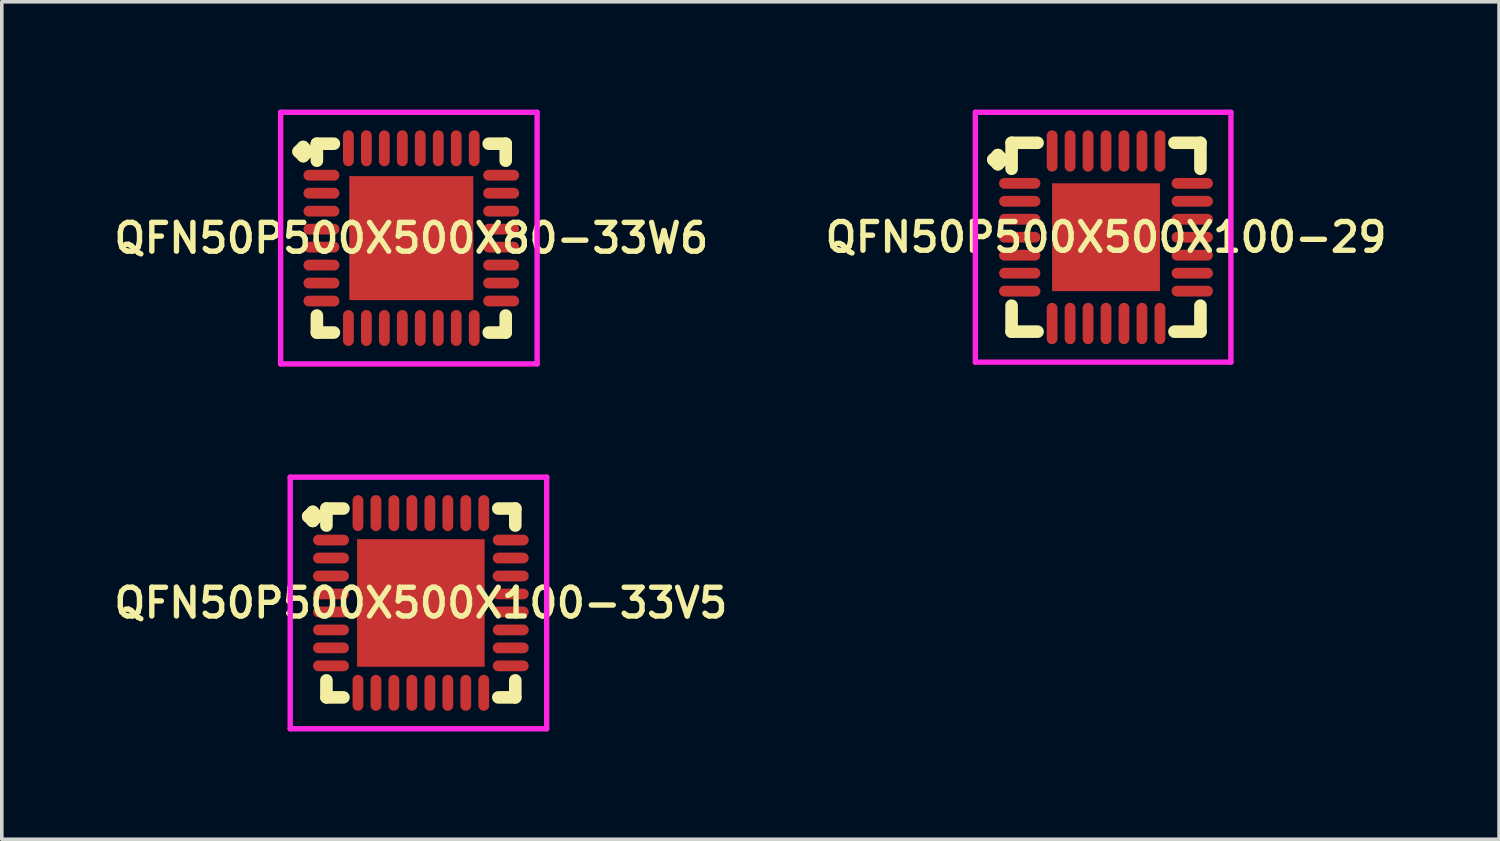
<source format=kicad_pcb>
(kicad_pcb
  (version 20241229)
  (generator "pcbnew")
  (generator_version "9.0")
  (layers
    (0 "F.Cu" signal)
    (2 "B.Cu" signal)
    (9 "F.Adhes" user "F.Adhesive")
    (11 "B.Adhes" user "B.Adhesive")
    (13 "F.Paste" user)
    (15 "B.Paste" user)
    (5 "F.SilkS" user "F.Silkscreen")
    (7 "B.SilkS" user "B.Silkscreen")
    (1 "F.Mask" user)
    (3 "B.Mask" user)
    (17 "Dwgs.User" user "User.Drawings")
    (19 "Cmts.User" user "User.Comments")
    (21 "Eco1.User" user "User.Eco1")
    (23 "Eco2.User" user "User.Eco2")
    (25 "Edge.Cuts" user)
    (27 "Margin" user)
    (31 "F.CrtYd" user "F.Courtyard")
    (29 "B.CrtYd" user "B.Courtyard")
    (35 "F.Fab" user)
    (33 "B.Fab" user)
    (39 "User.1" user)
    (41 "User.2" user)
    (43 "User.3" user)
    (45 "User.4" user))
  (footprint "QFN50P500X500X100-29"
    (layer "F.Cu")
    (at 27.721 3.55)
    (property "Reference" "QFN50P500X500X100-29" (at 0 0 0) (layer "F.SilkS") (effects (font (size 0.8 0.8) (thickness 0.15))))
    (attr smd)
    (fp_line (start -3.135 -2.158) (end -3.008 -2.285) (stroke (width 0.35) (type solid)) (layer "F.SilkS"))
    (fp_line (start -3.008 -2.285) (end -2.881 -2.158) (stroke (width 0.35) (type solid)) (layer "F.SilkS"))
    (fp_line (start -3.008 -2.031) (end -3.135 -2.158) (stroke (width 0.35) (type solid)) (layer "F.SilkS"))
    (fp_line (start -2.881 -2.158) (end -3.008 -2.031) (stroke (width 0.35) (type solid)) (layer "F.SilkS"))
    (fp_line (start -2.627 -2.627) (end -1.904 -2.627) (stroke (width 0.35) (type solid)) (layer "F.SilkS"))
    (fp_line (start -2.627 -1.904) (end -2.627 -2.627) (stroke (width 0.35) (type solid)) (layer "F.SilkS"))
    (fp_line (start -2.627 1.904) (end -2.627 2.627) (stroke (width 0.35) (type solid)) (layer "F.SilkS"))
    (fp_line (start -2.627 2.627) (end -1.904 2.627) (stroke (width 0.35) (type solid)) (layer "F.SilkS"))
    (fp_line (start 1.904 -2.627) (end 2.627 -2.627) (stroke (width 0.35) (type solid)) (layer "F.SilkS"))
    (fp_line (start 1.904 2.627) (end 2.627 2.627) (stroke (width 0.35) (type solid)) (layer "F.SilkS"))
    (fp_line (start 2.627 -2.627) (end 2.627 -1.904) (stroke (width 0.35) (type solid)) (layer "F.SilkS"))
    (fp_line (start 2.627 2.627) (end 2.627 1.904) (stroke (width 0.35) (type solid)) (layer "F.SilkS"))
    (fp_line (start -3.635 -3.475) (end 3.475 -3.475) (stroke (width 0.15) (type solid)) (layer "F.CrtYd"))
    (fp_line (start -3.635 3.475) (end -3.635 -3.475) (stroke (width 0.15) (type solid)) (layer "F.CrtYd"))
    (fp_line (start 3.475 -3.475) (end 3.475 3.475) (stroke (width 0.15) (type solid)) (layer "F.CrtYd"))
    (fp_line (start 3.475 3.475) (end -3.635 3.475) (stroke (width 0.15) (type solid)) (layer "F.CrtYd"))
    (pad "1" smd oval (at -2.4 -1.5) (size 1.15 0.3) (layers "F.Cu" "F.Mask" "F.Paste"))
    (pad "2" smd oval (at -2.4 -1) (size 1.15 0.3) (layers "F.Cu" "F.Mask" "F.Paste"))
    (pad "3" smd oval (at -2.4 -0.5) (size 1.15 0.3) (layers "F.Cu" "F.Mask" "F.Paste"))
    (pad "4" smd oval (at -2.4 0) (size 1.15 0.3) (layers "F.Cu" "F.Mask" "F.Paste"))
    (pad "5" smd oval (at -2.4 0.5) (size 1.15 0.3) (layers "F.Cu" "F.Mask" "F.Paste"))
    (pad "6" smd oval (at -2.4 1) (size 1.15 0.3) (layers "F.Cu" "F.Mask" "F.Paste"))
    (pad "7" smd oval (at -2.4 1.5) (size 1.15 0.3) (layers "F.Cu" "F.Mask" "F.Paste"))
    (pad "8" smd oval (at -1.5 2.4) (size 0.3 1.15) (layers "F.Cu" "F.Mask" "F.Paste"))
    (pad "9" smd oval (at -1 2.4) (size 0.3 1.15) (layers "F.Cu" "F.Mask" "F.Paste"))
    (pad "10" smd oval (at -0.5 2.4) (size 0.3 1.15) (layers "F.Cu" "F.Mask" "F.Paste"))
    (pad "11" smd oval (at 0 2.4) (size 0.3 1.15) (layers "F.Cu" "F.Mask" "F.Paste"))
    (pad "12" smd oval (at 0.5 2.4) (size 0.3 1.15) (layers "F.Cu" "F.Mask" "F.Paste"))
    (pad "13" smd oval (at 1 2.4) (size 0.3 1.15) (layers "F.Cu" "F.Mask" "F.Paste"))
    (pad "14" smd oval (at 1.5 2.4) (size 0.3 1.15) (layers "F.Cu" "F.Mask" "F.Paste"))
    (pad "15" smd oval (at 2.4 1.5) (size 1.15 0.3) (layers "F.Cu" "F.Mask" "F.Paste"))
    (pad "16" smd oval (at 2.4 1) (size 1.15 0.3) (layers "F.Cu" "F.Mask" "F.Paste"))
    (pad "17" smd oval (at 2.4 0.5) (size 1.15 0.3) (layers "F.Cu" "F.Mask" "F.Paste"))
    (pad "18" smd oval (at 2.4 0) (size 1.15 0.3) (layers "F.Cu" "F.Mask" "F.Paste"))
    (pad "19" smd oval (at 2.4 -0.5) (size 1.15 0.3) (layers "F.Cu" "F.Mask" "F.Paste"))
    (pad "20" smd oval (at 2.4 -1) (size 1.15 0.3) (layers "F.Cu" "F.Mask" "F.Paste"))
    (pad "21" smd oval (at 2.4 -1.5) (size 1.15 0.3) (layers "F.Cu" "F.Mask" "F.Paste"))
    (pad "22" smd oval (at 1.5 -2.4) (size 0.3 1.15) (layers "F.Cu" "F.Mask" "F.Paste"))
    (pad "23" smd oval (at 1 -2.4) (size 0.3 1.15) (layers "F.Cu" "F.Mask" "F.Paste"))
    (pad "24" smd oval (at 0.5 -2.4) (size 0.3 1.15) (layers "F.Cu" "F.Mask" "F.Paste"))
    (pad "25" smd oval (at 0 -2.4) (size 0.3 1.15) (layers "F.Cu" "F.Mask" "F.Paste"))
    (pad "26" smd oval (at -0.5 -2.4) (size 0.3 1.15) (layers "F.Cu" "F.Mask" "F.Paste"))
    (pad "27" smd oval (at -1 -2.4) (size 0.3 1.15) (layers "F.Cu" "F.Mask" "F.Paste"))
    (pad "28" smd oval (at -1.5 -2.4) (size 0.3 1.15) (layers "F.Cu" "F.Mask" "F.Paste"))
    (pad "29" smd rect (at 0 0) (size 3 3) (layers "F.Cu" "F.Mask" "F.Paste")))
  (footprint "QFN50P500X500X100-33V5"
    (layer "F.Cu")
    (at 8.659 13.725)
    (property "Reference" "QFN50P500X500X100-33V5" (at 0 0 0) (layer "F.SilkS") (effects (font (size 0.8 0.8) (thickness 0.15))))
    (attr smd)
    (fp_line (start -3.135 -2.408) (end -3.008 -2.535) (stroke (width 0.35) (type solid)) (layer "F.SilkS"))
    (fp_line (start -3.008 -2.535) (end -2.881 -2.408) (stroke (width 0.35) (type solid)) (layer "F.SilkS"))
    (fp_line (start -3.008 -2.281) (end -3.135 -2.408) (stroke (width 0.35) (type solid)) (layer "F.SilkS"))
    (fp_line (start -2.881 -2.408) (end -3.008 -2.281) (stroke (width 0.35) (type solid)) (layer "F.SilkS"))
    (fp_line (start -2.627 -2.627) (end -2.154 -2.627) (stroke (width 0.35) (type solid)) (layer "F.SilkS"))
    (fp_line (start -2.627 -2.154) (end -2.627 -2.627) (stroke (width 0.35) (type solid)) (layer "F.SilkS"))
    (fp_line (start -2.627 2.154) (end -2.627 2.627) (stroke (width 0.35) (type solid)) (layer "F.SilkS"))
    (fp_line (start -2.627 2.627) (end -2.154 2.627) (stroke (width 0.35) (type solid)) (layer "F.SilkS"))
    (fp_line (start 2.154 -2.627) (end 2.627 -2.627) (stroke (width 0.35) (type solid)) (layer "F.SilkS"))
    (fp_line (start 2.154 2.627) (end 2.627 2.627) (stroke (width 0.35) (type solid)) (layer "F.SilkS"))
    (fp_line (start 2.627 -2.627) (end 2.627 -2.154) (stroke (width 0.35) (type solid)) (layer "F.SilkS"))
    (fp_line (start 2.627 2.627) (end 2.627 2.154) (stroke (width 0.35) (type solid)) (layer "F.SilkS"))
    (fp_line (start -3.635 -3.5) (end 3.5 -3.5) (stroke (width 0.15) (type solid)) (layer "F.CrtYd"))
    (fp_line (start -3.635 3.5) (end -3.635 -3.5) (stroke (width 0.15) (type solid)) (layer "F.CrtYd"))
    (fp_line (start 3.5 -3.5) (end 3.5 3.5) (stroke (width 0.15) (type solid)) (layer "F.CrtYd"))
    (fp_line (start 3.5 3.5) (end -3.635 3.5) (stroke (width 0.15) (type solid)) (layer "F.CrtYd"))
    (pad "1" smd oval (at -2.5 -1.75) (size 1 0.3) (layers "F.Cu" "F.Mask" "F.Paste"))
    (pad "2" smd oval (at -2.5 -1.25) (size 1 0.3) (layers "F.Cu" "F.Mask" "F.Paste"))
    (pad "3" smd oval (at -2.5 -0.75) (size 1 0.3) (layers "F.Cu" "F.Mask" "F.Paste"))
    (pad "4" smd oval (at -2.5 -0.25) (size 1 0.3) (layers "F.Cu" "F.Mask" "F.Paste"))
    (pad "5" smd oval (at -2.5 0.25) (size 1 0.3) (layers "F.Cu" "F.Mask" "F.Paste"))
    (pad "6" smd oval (at -2.5 0.75) (size 1 0.3) (layers "F.Cu" "F.Mask" "F.Paste"))
    (pad "7" smd oval (at -2.5 1.25) (size 1 0.3) (layers "F.Cu" "F.Mask" "F.Paste"))
    (pad "8" smd oval (at -2.5 1.75) (size 1 0.3) (layers "F.Cu" "F.Mask" "F.Paste"))
    (pad "9" smd oval (at -1.75 2.5) (size 0.3 1) (layers "F.Cu" "F.Mask" "F.Paste"))
    (pad "10" smd oval (at -1.25 2.5) (size 0.3 1) (layers "F.Cu" "F.Mask" "F.Paste"))
    (pad "11" smd oval (at -0.75 2.5) (size 0.3 1) (layers "F.Cu" "F.Mask" "F.Paste"))
    (pad "12" smd oval (at -0.25 2.5) (size 0.3 1) (layers "F.Cu" "F.Mask" "F.Paste"))
    (pad "13" smd oval (at 0.25 2.5) (size 0.3 1) (layers "F.Cu" "F.Mask" "F.Paste"))
    (pad "14" smd oval (at 0.75 2.5) (size 0.3 1) (layers "F.Cu" "F.Mask" "F.Paste"))
    (pad "15" smd oval (at 1.25 2.5) (size 0.3 1) (layers "F.Cu" "F.Mask" "F.Paste"))
    (pad "16" smd oval (at 1.75 2.5) (size 0.3 1) (layers "F.Cu" "F.Mask" "F.Paste"))
    (pad "17" smd oval (at 2.5 1.75) (size 1 0.3) (layers "F.Cu" "F.Mask" "F.Paste"))
    (pad "18" smd oval (at 2.5 1.25) (size 1 0.3) (layers "F.Cu" "F.Mask" "F.Paste"))
    (pad "19" smd oval (at 2.5 0.75) (size 1 0.3) (layers "F.Cu" "F.Mask" "F.Paste"))
    (pad "20" smd oval (at 2.5 0.25) (size 1 0.3) (layers "F.Cu" "F.Mask" "F.Paste"))
    (pad "21" smd oval (at 2.5 -0.25) (size 1 0.3) (layers "F.Cu" "F.Mask" "F.Paste"))
    (pad "22" smd oval (at 2.5 -0.75) (size 1 0.3) (layers "F.Cu" "F.Mask" "F.Paste"))
    (pad "23" smd oval (at 2.5 -1.25) (size 1 0.3) (layers "F.Cu" "F.Mask" "F.Paste"))
    (pad "24" smd oval (at 2.5 -1.75) (size 1 0.3) (layers "F.Cu" "F.Mask" "F.Paste"))
    (pad "25" smd oval (at 1.75 -2.5) (size 0.3 1) (layers "F.Cu" "F.Mask" "F.Paste"))
    (pad "26" smd oval (at 1.25 -2.5) (size 0.3 1) (layers "F.Cu" "F.Mask" "F.Paste"))
    (pad "27" smd oval (at 0.75 -2.5) (size 0.3 1) (layers "F.Cu" "F.Mask" "F.Paste"))
    (pad "28" smd oval (at 0.25 -2.5) (size 0.3 1) (layers "F.Cu" "F.Mask" "F.Paste"))
    (pad "29" smd oval (at -0.25 -2.5) (size 0.3 1) (layers "F.Cu" "F.Mask" "F.Paste"))
    (pad "30" smd oval (at -0.75 -2.5) (size 0.3 1) (layers "F.Cu" "F.Mask" "F.Paste"))
    (pad "31" smd oval (at -1.25 -2.5) (size 0.3 1) (layers "F.Cu" "F.Mask" "F.Paste"))
    (pad "32" smd oval (at -1.75 -2.5) (size 0.3 1) (layers "F.Cu" "F.Mask" "F.Paste"))
    (pad "33" smd rect (at 0 0) (size 3.55 3.55) (layers "F.Cu" "F.Mask" "F.Paste")))
  (footprint "QFN50P500X500X80-33W6"
    (layer "F.Cu")
    (at 8.393 3.575)
    (property "Reference" "QFN50P500X500X80-33W6" (at 0 0 0) (layer "F.SilkS") (effects (font (size 0.8 0.8) (thickness 0.15))))
    (attr smd)
    (fp_line (start -3.135 -2.408) (end -3.008 -2.535) (stroke (width 0.35) (type solid)) (layer "F.SilkS"))
    (fp_line (start -3.008 -2.535) (end -2.881 -2.408) (stroke (width 0.35) (type solid)) (layer "F.SilkS"))
    (fp_line (start -3.008 -2.281) (end -3.135 -2.408) (stroke (width 0.35) (type solid)) (layer "F.SilkS"))
    (fp_line (start -2.881 -2.408) (end -3.008 -2.281) (stroke (width 0.35) (type solid)) (layer "F.SilkS"))
    (fp_line (start -2.627 -2.627) (end -2.154 -2.627) (stroke (width 0.35) (type solid)) (layer "F.SilkS"))
    (fp_line (start -2.627 -2.154) (end -2.627 -2.627) (stroke (width 0.35) (type solid)) (layer "F.SilkS"))
    (fp_line (start -2.627 2.154) (end -2.627 2.627) (stroke (width 0.35) (type solid)) (layer "F.SilkS"))
    (fp_line (start -2.627 2.627) (end -2.154 2.627) (stroke (width 0.35) (type solid)) (layer "F.SilkS"))
    (fp_line (start 2.154 -2.627) (end 2.627 -2.627) (stroke (width 0.35) (type solid)) (layer "F.SilkS"))
    (fp_line (start 2.154 2.627) (end 2.627 2.627) (stroke (width 0.35) (type solid)) (layer "F.SilkS"))
    (fp_line (start 2.627 -2.627) (end 2.627 -2.154) (stroke (width 0.35) (type solid)) (layer "F.SilkS"))
    (fp_line (start 2.627 2.627) (end 2.627 2.154) (stroke (width 0.35) (type solid)) (layer "F.SilkS"))
    (fp_line (start -3.635 -3.5) (end 3.5 -3.5) (stroke (width 0.15) (type solid)) (layer "F.CrtYd"))
    (fp_line (start -3.635 3.5) (end -3.635 -3.5) (stroke (width 0.15) (type solid)) (layer "F.CrtYd"))
    (fp_line (start 3.5 -3.5) (end 3.5 3.5) (stroke (width 0.15) (type solid)) (layer "F.CrtYd"))
    (fp_line (start 3.5 3.5) (end -3.635 3.5) (stroke (width 0.15) (type solid)) (layer "F.CrtYd"))
    (pad "1" smd oval (at -2.5 -1.75) (size 1 0.3) (layers "F.Cu" "F.Mask" "F.Paste"))
    (pad "2" smd oval (at -2.5 -1.25) (size 1 0.3) (layers "F.Cu" "F.Mask" "F.Paste"))
    (pad "3" smd oval (at -2.5 -0.75) (size 1 0.3) (layers "F.Cu" "F.Mask" "F.Paste"))
    (pad "4" smd oval (at -2.5 -0.25) (size 1 0.3) (layers "F.Cu" "F.Mask" "F.Paste"))
    (pad "5" smd oval (at -2.5 0.25) (size 1 0.3) (layers "F.Cu" "F.Mask" "F.Paste"))
    (pad "6" smd oval (at -2.5 0.75) (size 1 0.3) (layers "F.Cu" "F.Mask" "F.Paste"))
    (pad "7" smd oval (at -2.5 1.25) (size 1 0.3) (layers "F.Cu" "F.Mask" "F.Paste"))
    (pad "8" smd oval (at -2.5 1.75) (size 1 0.3) (layers "F.Cu" "F.Mask" "F.Paste"))
    (pad "9" smd oval (at -1.75 2.5) (size 0.3 1) (layers "F.Cu" "F.Mask" "F.Paste"))
    (pad "10" smd oval (at -1.25 2.5) (size 0.3 1) (layers "F.Cu" "F.Mask" "F.Paste"))
    (pad "11" smd oval (at -0.75 2.5) (size 0.3 1) (layers "F.Cu" "F.Mask" "F.Paste"))
    (pad "12" smd oval (at -0.25 2.5) (size 0.3 1) (layers "F.Cu" "F.Mask" "F.Paste"))
    (pad "13" smd oval (at 0.25 2.5) (size 0.3 1) (layers "F.Cu" "F.Mask" "F.Paste"))
    (pad "14" smd oval (at 0.75 2.5) (size 0.3 1) (layers "F.Cu" "F.Mask" "F.Paste"))
    (pad "15" smd oval (at 1.25 2.5) (size 0.3 1) (layers "F.Cu" "F.Mask" "F.Paste"))
    (pad "16" smd oval (at 1.75 2.5) (size 0.3 1) (layers "F.Cu" "F.Mask" "F.Paste"))
    (pad "17" smd oval (at 2.5 1.75) (size 1 0.3) (layers "F.Cu" "F.Mask" "F.Paste"))
    (pad "18" smd oval (at 2.5 1.25) (size 1 0.3) (layers "F.Cu" "F.Mask" "F.Paste"))
    (pad "19" smd oval (at 2.5 0.75) (size 1 0.3) (layers "F.Cu" "F.Mask" "F.Paste"))
    (pad "20" smd oval (at 2.5 0.25) (size 1 0.3) (layers "F.Cu" "F.Mask" "F.Paste"))
    (pad "21" smd oval (at 2.5 -0.25) (size 1 0.3) (layers "F.Cu" "F.Mask" "F.Paste"))
    (pad "22" smd oval (at 2.5 -0.75) (size 1 0.3) (layers "F.Cu" "F.Mask" "F.Paste"))
    (pad "23" smd oval (at 2.5 -1.25) (size 1 0.3) (layers "F.Cu" "F.Mask" "F.Paste"))
    (pad "24" smd oval (at 2.5 -1.75) (size 1 0.3) (layers "F.Cu" "F.Mask" "F.Paste"))
    (pad "25" smd oval (at 1.75 -2.5) (size 0.3 1) (layers "F.Cu" "F.Mask" "F.Paste"))
    (pad "26" smd oval (at 1.25 -2.5) (size 0.3 1) (layers "F.Cu" "F.Mask" "F.Paste"))
    (pad "27" smd oval (at 0.75 -2.5) (size 0.3 1) (layers "F.Cu" "F.Mask" "F.Paste"))
    (pad "28" smd oval (at 0.25 -2.5) (size 0.3 1) (layers "F.Cu" "F.Mask" "F.Paste"))
    (pad "29" smd oval (at -0.25 -2.5) (size 0.3 1) (layers "F.Cu" "F.Mask" "F.Paste"))
    (pad "30" smd oval (at -0.75 -2.5) (size 0.3 1) (layers "F.Cu" "F.Mask" "F.Paste"))
    (pad "31" smd oval (at -1.25 -2.5) (size 0.3 1) (layers "F.Cu" "F.Mask" "F.Paste"))
    (pad "32" smd oval (at -1.75 -2.5) (size 0.3 1) (layers "F.Cu" "F.Mask" "F.Paste"))
    (pad "33" smd rect (at 0 0) (size 3.45 3.45) (layers "F.Cu" "F.Mask" "F.Paste")))
  (gr_rect
    (start -3 -3)
    (end 38.656 20.3)
    (stroke (width 0.1) (type default))
    (fill no)
    (layer "Edge.Cuts")))
</source>
